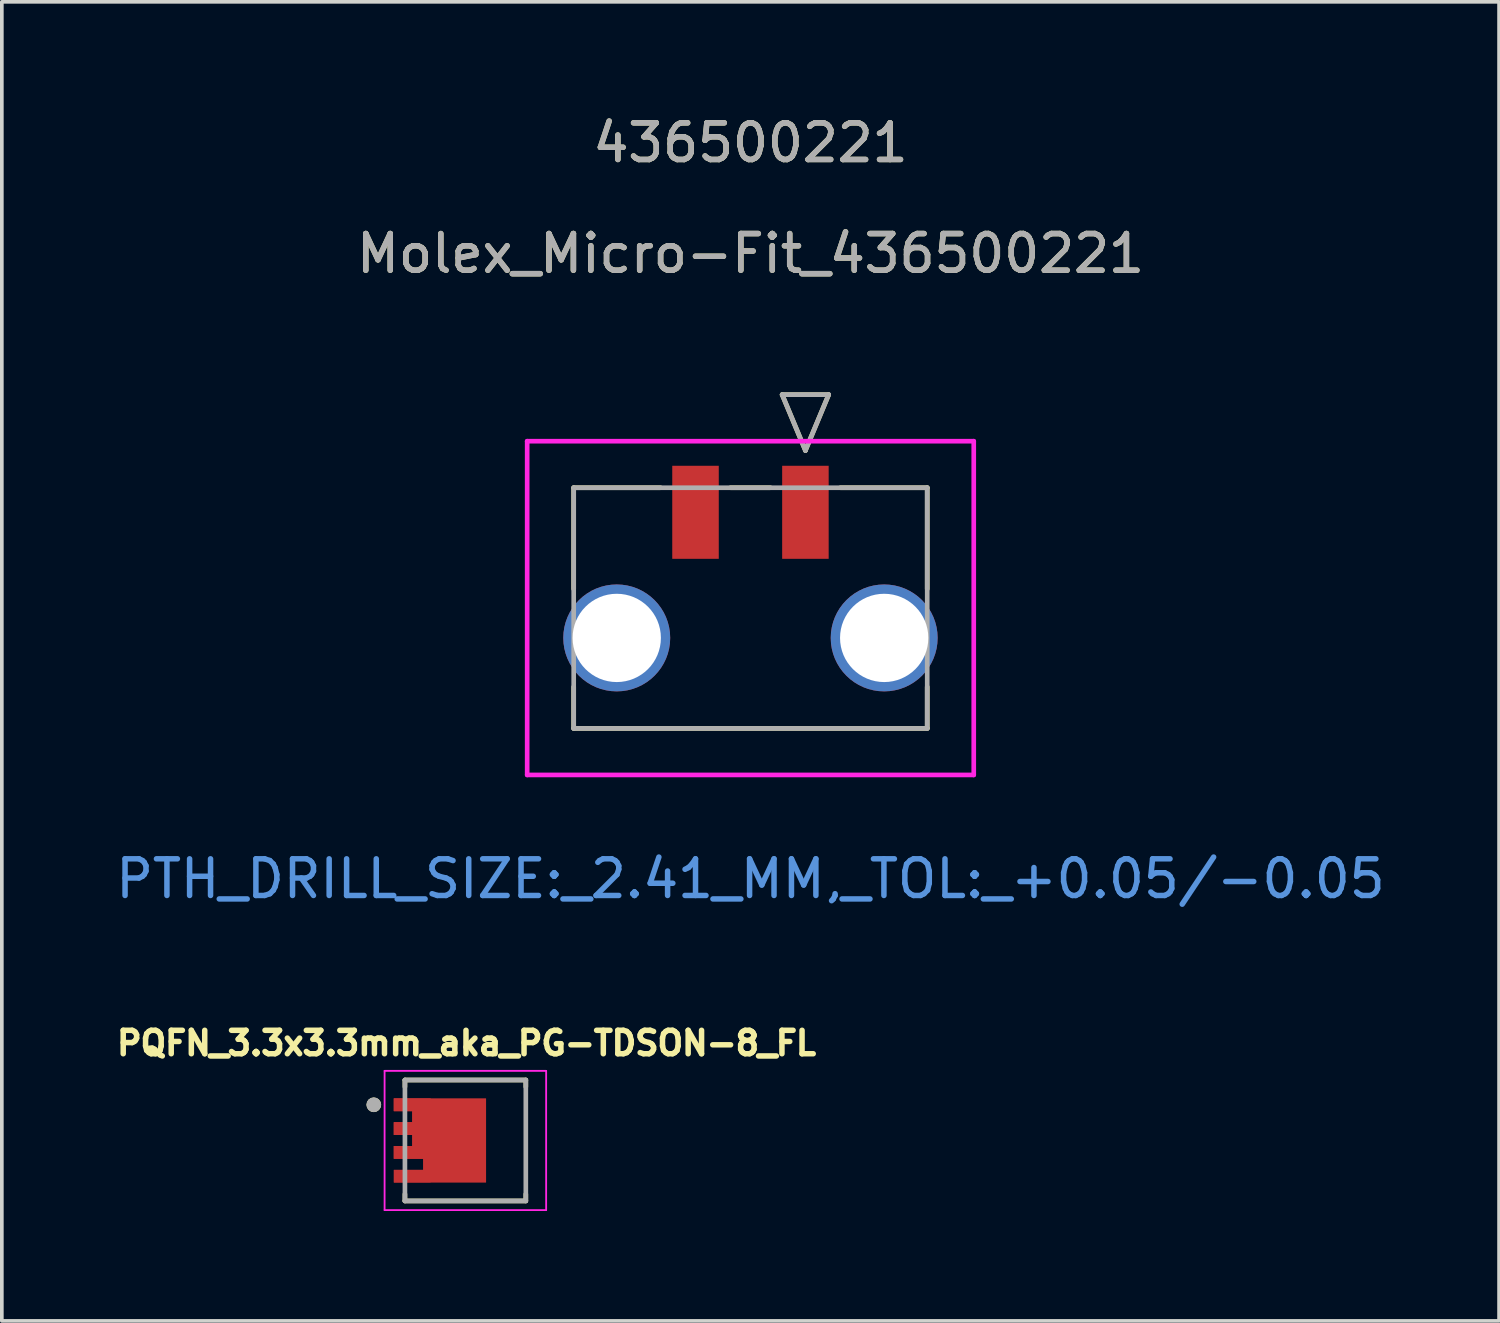
<source format=kicad_pcb>
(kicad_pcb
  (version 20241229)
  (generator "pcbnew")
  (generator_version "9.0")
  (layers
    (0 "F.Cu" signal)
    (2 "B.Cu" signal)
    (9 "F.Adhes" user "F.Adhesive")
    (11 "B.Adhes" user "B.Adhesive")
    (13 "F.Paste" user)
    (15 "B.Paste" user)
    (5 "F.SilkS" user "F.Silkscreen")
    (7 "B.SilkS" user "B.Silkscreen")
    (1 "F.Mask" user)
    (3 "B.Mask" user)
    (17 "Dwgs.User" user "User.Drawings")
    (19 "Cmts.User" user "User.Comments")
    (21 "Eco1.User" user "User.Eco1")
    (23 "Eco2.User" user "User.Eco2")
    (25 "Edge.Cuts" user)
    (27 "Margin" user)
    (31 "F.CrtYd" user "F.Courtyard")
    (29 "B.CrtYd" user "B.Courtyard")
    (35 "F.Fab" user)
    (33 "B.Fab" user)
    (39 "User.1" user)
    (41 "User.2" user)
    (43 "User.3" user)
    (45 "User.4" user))
  (footprint "PQFN_3.3x3.3mm_aka_PG-TDSON-8_FL"
    (layer "F.Cu")
    (at 9.653 28.081)
    (property "Reference" "PQFN_3.3x3.3mm_aka_PG-TDSON-8_FL" (at 0.032 -2.656 0) (layer "F.SilkS") (effects (font (size 0.64 0.64) (thickness 0.15))))
    (attr smd)
    (fp_poly (pts (xy -2 0.755) (xy -0.9 0.755) (xy -0.9 1.195) (xy -2 1.195)) (stroke (width 0.01) (type solid)) (fill yes) (layer "F.Mask"))
    (fp_poly (pts (xy -0.9 0.545) (xy -2 0.545) (xy -2 0.105) (xy -1.5 0.105) (xy -1.5 -0.105) (xy -2 -0.105) (xy -2 -0.545) (xy -1.5 -0.545) (xy -1.5 -0.755) (xy -2 -0.755) (xy -2 -1.195) (xy -0.9 -1.195)) (stroke (width 0.01) (type solid)) (fill yes) (layer "F.Mask"))
    (fp_poly (pts (xy -0.61 -1.195) (xy 2 -1.195) (xy 2 -0.755) (xy 1.2 -0.755) (xy 1.2 -0.545) (xy 2 -0.545) (xy 2 -0.105) (xy 1.2 -0.105) (xy 1.2 0.105) (xy 2 0.105) (xy 2 0.545) (xy 1.2 0.545) (xy 1.2 0.755) (xy 2 0.755) (xy 2 1.195) (xy -0.61 1.195)) (stroke (width 0.01) (type solid)) (fill yes) (layer "F.Mask"))
    (fp_line (start -1.65 -1.65) (end -1.65 -1.464) (stroke (width 0.127) (type solid)) (layer "F.SilkS"))
    (fp_line (start -1.65 1.65) (end -1.65 1.464) (stroke (width 0.127) (type solid)) (layer "F.SilkS"))
    (fp_line (start -1.65 1.65) (end 1.65 1.65) (stroke (width 0.127) (type solid)) (layer "F.SilkS"))
    (fp_line (start 1.65 -1.65) (end -1.65 -1.65) (stroke (width 0.127) (type solid)) (layer "F.SilkS"))
    (fp_line (start 1.65 -1.65) (end 1.65 -1.464) (stroke (width 0.127) (type solid)) (layer "F.SilkS"))
    (fp_line (start 1.65 1.65) (end 1.65 1.464) (stroke (width 0.127) (type solid)) (layer "F.SilkS"))
    (fp_circle (center -2.5 -0.975) (end -2.4 -0.975) (stroke (width 0.2) (type solid)) (fill no) (layer "F.SilkS"))
    (fp_poly (pts (xy -1.95 -0.495) (xy -0.95 -0.495) (xy -0.95 -0.155) (xy -1.95 -0.155)) (stroke (width 0.01) (type solid)) (fill yes) (layer "F.Paste"))
    (fp_poly (pts (xy -1.95 0.155) (xy -0.95 0.155) (xy -0.95 0.495) (xy -1.95 0.495)) (stroke (width 0.01) (type solid)) (fill yes) (layer "F.Paste"))
    (fp_poly (pts (xy -0.245 -0.724) (xy 0.835 -0.724) (xy 0.835 0.724) (xy -0.245 0.724)) (stroke (width 0.01) (type solid)) (fill yes) (layer "F.Paste"))
    (fp_poly (pts (xy 1.15 -1.145) (xy 1.95 -1.145) (xy 1.95 -0.805) (xy 1.15 -0.805)) (stroke (width 0.01) (type solid)) (fill yes) (layer "F.Paste"))
    (fp_poly (pts (xy 1.15 -0.495) (xy 1.95 -0.495) (xy 1.95 -0.155) (xy 1.15 -0.155)) (stroke (width 0.01) (type solid)) (fill yes) (layer "F.Paste"))
    (fp_poly (pts (xy 1.15 0.155) (xy 1.95 0.155) (xy 1.95 0.495) (xy 1.15 0.495)) (stroke (width 0.01) (type solid)) (fill yes) (layer "F.Paste"))
    (fp_poly (pts (xy 1.15 0.805) (xy 1.95 0.805) (xy 1.95 1.145) (xy 1.15 1.145)) (stroke (width 0.01) (type solid)) (fill yes) (layer "F.Paste"))
    (fp_line (start -2.205 -1.9) (end 2.205 -1.9) (stroke (width 0.05) (type solid)) (layer "F.CrtYd"))
    (fp_line (start -2.205 1.9) (end -2.205 -1.9) (stroke (width 0.05) (type solid)) (layer "F.CrtYd"))
    (fp_line (start 2.205 -1.9) (end 2.205 1.9) (stroke (width 0.05) (type solid)) (layer "F.CrtYd"))
    (fp_line (start 2.205 1.9) (end -2.205 1.9) (stroke (width 0.05) (type solid)) (layer "F.CrtYd"))
    (fp_line (start -1.65 -1.65) (end -1.65 1.65) (stroke (width 0.127) (type solid)) (layer "F.Fab"))
    (fp_line (start -1.65 1.65) (end 1.65 1.65) (stroke (width 0.127) (type solid)) (layer "F.Fab"))
    (fp_line (start 1.65 -1.65) (end -1.65 -1.65) (stroke (width 0.127) (type solid)) (layer "F.Fab"))
    (fp_line (start 1.65 1.65) (end 1.65 -1.65) (stroke (width 0.127) (type solid)) (layer "F.Fab"))
    (fp_circle (center -2.5 -0.975) (end -2.4 -0.975) (stroke (width 0.2) (type solid)) (fill no) (layer "F.Fab"))
    (pad "1-3" smd custom (at -1.45 -0.975) (size 1 0.34) (layers "F.Cu" "F.Paste") (options (anchor rect)) (primitives (gr_poly (pts (xy 0.5 1.47) (xy -0.5 1.47) (xy -0.5 1.13) (xy 0 1.13) (xy 0 0.82) (xy -0.5 0.82) (xy -0.5 0.48) (xy 0 0.48) (xy 0 0.17) (xy -0.5 0.17) (xy -0.5 -0.17) (xy 0.5 -0.17)) (width 0.01) (fill yes))))
    (pad "4" smd rect (at -1.45 0.975) (size 1 0.34) (layers "F.Cu" "F.Paste"))
    (pad "5-8" smd custom (at 0 0 180) (size 0.5 0.5) (layers "F.Cu") (options (anchor rect)) (primitives (gr_poly (pts (xy -0.56 -1.145) (xy 1.95 -1.145) (xy 1.95 -0.805) (xy 1.15 -0.805) (xy 1.15 -0.495) (xy 1.95 -0.495) (xy 1.95 -0.155) (xy 1.15 -0.155) (xy 1.15 0.155) (xy 1.95 0.155) (xy 1.95 0.495) (xy 1.15 0.495) (xy 1.15 0.805) (xy 1.95 0.805) (xy 1.95 1.145) (xy -0.56 1.145)) (width 0.01) (fill yes)))))
  (footprint "Molex_Micro-Fit_436500221"
    (layer "F.Cu")
    (at 17.435 14.031)
    (property "Reference" "Molex_Micro-Fit_436500221" (at 0 -10.16 0) (unlocked yes) (layer "F.SilkS") (effects (font (size 1 1) (thickness 0.15))))
    (fp_line (start -4.825 -3.768) (end -4.825 -1.004) (stroke (width 0.127) (type solid)) (layer "F.SilkS"))
    (fp_line (start -4.825 1.668) (end -4.825 2.802) (stroke (width 0.127) (type solid)) (layer "F.SilkS"))
    (fp_line (start -4.825 2.802) (end 4.825 2.802) (stroke (width 0.127) (type solid)) (layer "F.SilkS"))
    (fp_line (start -2.455 -3.768) (end -4.825 -3.768) (stroke (width 0.127) (type solid)) (layer "F.SilkS"))
    (fp_line (start 0.545 -3.768) (end -0.545 -3.768) (stroke (width 0.127) (type solid)) (layer "F.SilkS"))
    (fp_line (start 0.865 -6.308) (end 1.5 -4.784) (stroke (width 0.127) (type solid)) (layer "F.SilkS"))
    (fp_line (start 1.5 -4.784) (end 2.135 -6.308) (stroke (width 0.127) (type solid)) (layer "F.SilkS"))
    (fp_line (start 2.135 -6.308) (end 0.865 -6.308) (stroke (width 0.127) (type solid)) (layer "F.SilkS"))
    (fp_line (start 4.825 -3.768) (end 2.455 -3.768) (stroke (width 0.127) (type solid)) (layer "F.SilkS"))
    (fp_line (start 4.825 -1.004) (end 4.825 -3.768) (stroke (width 0.127) (type solid)) (layer "F.SilkS"))
    (fp_line (start 4.825 2.802) (end 4.825 1.668) (stroke (width 0.127) (type solid)) (layer "F.SilkS"))
    (fp_line (start -6.095 -5.038) (end -6.095 4.072) (stroke (width 0.127) (type solid)) (layer "F.CrtYd"))
    (fp_line (start -6.095 4.072) (end 6.095 4.072) (stroke (width 0.127) (type solid)) (layer "F.CrtYd"))
    (fp_line (start 6.095 -5.038) (end -6.095 -5.038) (stroke (width 0.127) (type solid)) (layer "F.CrtYd"))
    (fp_line (start 6.095 4.072) (end 6.095 -5.038) (stroke (width 0.127) (type solid)) (layer "F.CrtYd"))
    (fp_line (start -4.825 -3.768) (end -4.825 2.802) (stroke (width 0.127) (type solid)) (layer "F.Fab"))
    (fp_line (start -4.825 2.802) (end 4.825 2.802) (stroke (width 0.127) (type solid)) (layer "F.Fab"))
    (fp_line (start 0.865 -6.308) (end 1.5 -4.784) (stroke (width 0.127) (type solid)) (layer "F.Fab"))
    (fp_line (start 1.5 -4.784) (end 2.135 -6.308) (stroke (width 0.127) (type solid)) (layer "F.Fab"))
    (fp_line (start 2.135 -6.308) (end 0.865 -6.308) (stroke (width 0.127) (type solid)) (layer "F.Fab"))
    (fp_line (start 4.825 -3.768) (end -4.825 -3.768) (stroke (width 0.127) (type solid)) (layer "F.Fab"))
    (fp_line (start 4.825 2.802) (end 4.825 -3.768) (stroke (width 0.127) (type solid)) (layer "F.Fab"))
    (fp_text user "436500221" (at 0 -13.183 0) (unlocked yes) (layer "F.SilkS") (effects (font (size 1 1) (thickness 0.15))))
    (fp_text user "PTH_DRILL_SIZE:_2.41_MM,_TOL:_+0.05/-0.05" (at 0 6.907 0) (unlocked yes) (layer "Cmts.User") (effects (font (size 1 1) (thickness 0.15))))
    (fp_text user "436500221" (at 0 -13.183 0) (unlocked yes) (layer "F.Fab") (effects (font (size 1 1) (thickness 0.15))))
    (fp_text user "${REFERENCE}" (at 0 -10.16 0) (unlocked yes) (layer "F.Fab") (effects (font (size 1 1) (thickness 0.15))))
    (pad "1" smd rect (at 1.5 -3.097) (size 1.27 2.54) (layers "F.Cu" "F.Mask" "F.Paste"))
    (pad "2" smd rect (at -1.5 -3.097) (size 1.27 2.54) (layers "F.Cu" "F.Mask" "F.Paste"))
    (pad "P1" thru_hole circle (at 3.65 0.332) (size 2.918 2.918) (drill 2.41) (layers "*.Cu" "*.Mask"))
    (pad "P2" thru_hole circle (at -3.65 0.332) (size 2.918 2.918) (drill 2.41) (layers "*.Cu" "*.Mask")))
  (gr_rect
    (start -3 -3)
    (end 37.869 33.006)
    (stroke (width 0.1) (type default))
    (fill no)
    (layer "Edge.Cuts")))
</source>
